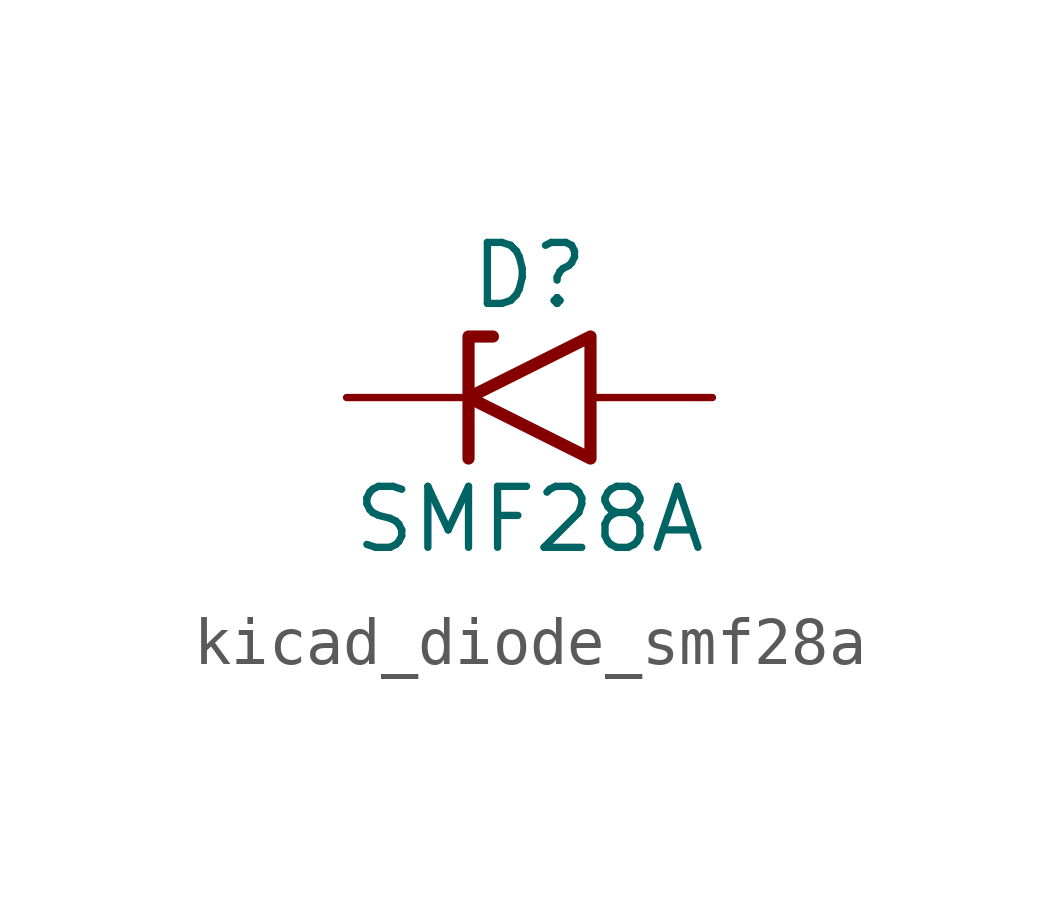
<source format=kicad_sym>
(kicad_symbol_lib
  (version 20220914)
  (generator kicad_symbol_editor)
  (symbol "kicad_diode_smf28a"
    (pin_numbers hide)
    (pin_names
      (offset 1.016) hide)
    (property "Reference" "D"
      (at 0 2.54 0)
      (effects (font (size 1.27 1.27))))
    (property "Value" "SMF28A"
      (at 0 -2.54 0)
      (effects (font (size 1.27 1.27))))
    (symbol "kicad_diode_smf28a_0_1"
      (polyline (pts (xy -0.762 1.27) (xy -1.27 1.27) (xy -1.27 -1.27)) (stroke (width 0.254) (type default)) (fill (type none)))
      (polyline (pts (xy 1.27 1.27) (xy 1.27 -1.27) (xy -1.27 0) (xy 1.27 1.27)) (stroke (width 0.254) (type default)) (fill (type none))))
    (symbol "kicad_diode_smf28a_1_1"
      (pin passive line (at -3.81 0 0) (length 2.54) (name "A1" (effects (font (size 1.27 1.27)))) (number "1" (effects (font (size 1.27 1.27)))))
      (pin passive line (at 3.81 0 180) (length 2.54) (name "A2" (effects (font (size 1.27 1.27)))) (number "2" (effects (font (size 1.27 1.27))))))))
</source>
